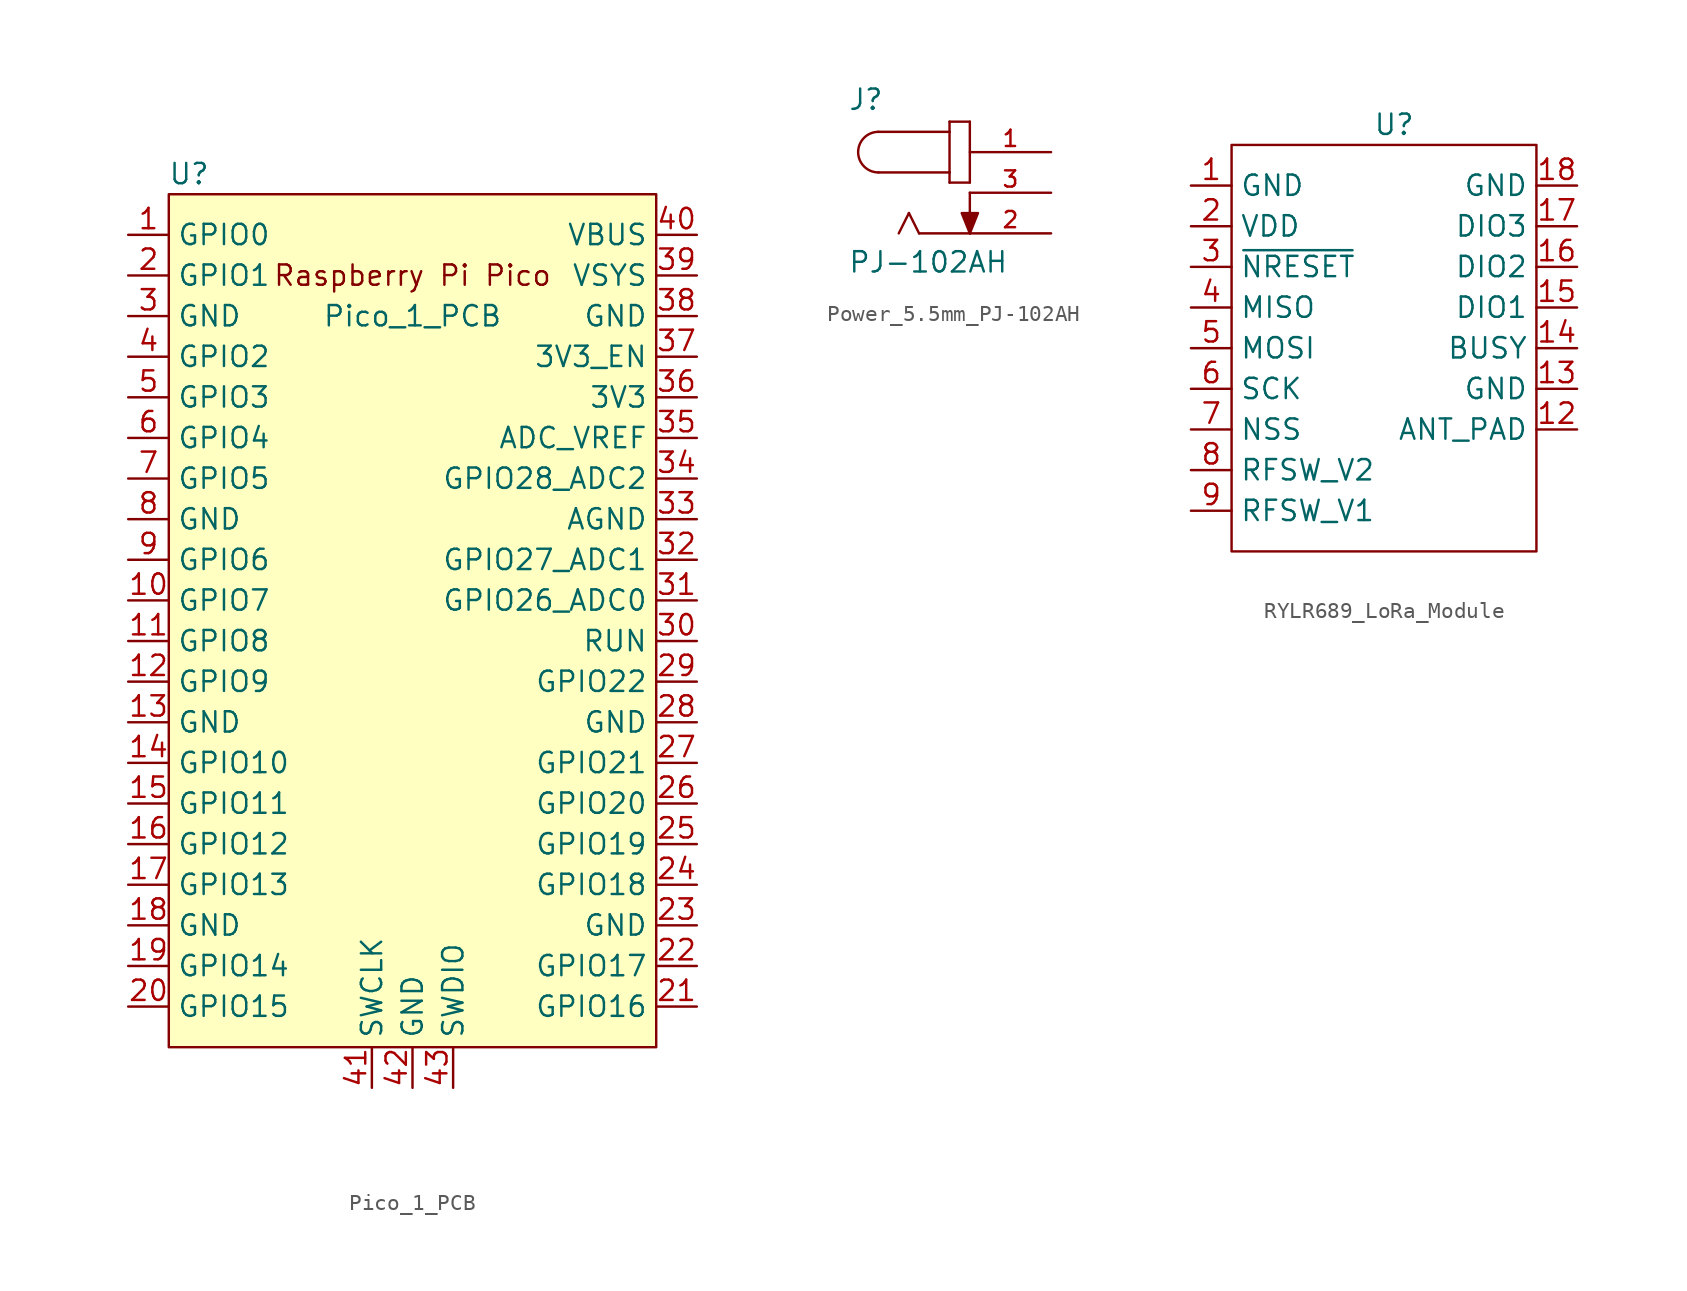
<source format=kicad_sym>
(kicad_symbol_lib
  (version 20241209)
  (generator "kicad_symbol_editor")
  (generator_version "9.0")
  (symbol "Pico_1_PCB"
    (property "Reference" "U"
      (at -13.97 27.94 0)
      (effects (font (size 1.27 1.27))))
    (property "Value" "Pico_1_PCB"
      (at 0 19.05 0)
      (effects (font (size 1.27 1.27))))
    (symbol "Pico_1_PCB_0_0"
      (text "Raspberry Pi Pico" (at 0 21.59 0) (effects (font (size 1.27 1.27)))))
    (symbol "Pico_1_PCB_0_1"
      (rectangle (start -15.24 26.67) (end 15.24 -26.67) (stroke (width 0) (type default)) (fill (type background))))
    (symbol "Pico_1_PCB_1_1"
      (pin bidirectional line (at -17.78 24.13 0) (length 2.54) (name "GPIO0" (effects (font (size 1.27 1.27)))) (number "1" (effects (font (size 1.27 1.27)))))
      (pin bidirectional line (at -17.78 21.59 0) (length 2.54) (name "GPIO1" (effects (font (size 1.27 1.27)))) (number "2" (effects (font (size 1.27 1.27)))))
      (pin power_in line (at -17.78 19.05 0) (length 2.54) (name "GND" (effects (font (size 1.27 1.27)))) (number "3" (effects (font (size 1.27 1.27)))))
      (pin bidirectional line (at -17.78 16.51 0) (length 2.54) (name "GPIO2" (effects (font (size 1.27 1.27)))) (number "4" (effects (font (size 1.27 1.27)))))
      (pin bidirectional line (at -17.78 13.97 0) (length 2.54) (name "GPIO3" (effects (font (size 1.27 1.27)))) (number "5" (effects (font (size 1.27 1.27)))))
      (pin bidirectional line (at -17.78 11.43 0) (length 2.54) (name "GPIO4" (effects (font (size 1.27 1.27)))) (number "6" (effects (font (size 1.27 1.27)))))
      (pin bidirectional line (at -17.78 8.89 0) (length 2.54) (name "GPIO5" (effects (font (size 1.27 1.27)))) (number "7" (effects (font (size 1.27 1.27)))))
      (pin power_in line (at -17.78 6.35 0) (length 2.54) (name "GND" (effects (font (size 1.27 1.27)))) (number "8" (effects (font (size 1.27 1.27)))))
      (pin bidirectional line (at -17.78 3.81 0) (length 2.54) (name "GPIO6" (effects (font (size 1.27 1.27)))) (number "9" (effects (font (size 1.27 1.27)))))
      (pin bidirectional line (at -17.78 1.27 0) (length 2.54) (name "GPIO7" (effects (font (size 1.27 1.27)))) (number "10" (effects (font (size 1.27 1.27)))))
      (pin bidirectional line (at -17.78 -1.27 0) (length 2.54) (name "GPIO8" (effects (font (size 1.27 1.27)))) (number "11" (effects (font (size 1.27 1.27)))))
      (pin bidirectional line (at -17.78 -3.81 0) (length 2.54) (name "GPIO9" (effects (font (size 1.27 1.27)))) (number "12" (effects (font (size 1.27 1.27)))))
      (pin power_in line (at -17.78 -6.35 0) (length 2.54) (name "GND" (effects (font (size 1.27 1.27)))) (number "13" (effects (font (size 1.27 1.27)))))
      (pin bidirectional line (at -17.78 -8.89 0) (length 2.54) (name "GPIO10" (effects (font (size 1.27 1.27)))) (number "14" (effects (font (size 1.27 1.27)))))
      (pin bidirectional line (at -17.78 -11.43 0) (length 2.54) (name "GPIO11" (effects (font (size 1.27 1.27)))) (number "15" (effects (font (size 1.27 1.27)))))
      (pin bidirectional line (at -17.78 -13.97 0) (length 2.54) (name "GPIO12" (effects (font (size 1.27 1.27)))) (number "16" (effects (font (size 1.27 1.27)))))
      (pin bidirectional line (at -17.78 -16.51 0) (length 2.54) (name "GPIO13" (effects (font (size 1.27 1.27)))) (number "17" (effects (font (size 1.27 1.27)))))
      (pin power_in line (at -17.78 -19.05 0) (length 2.54) (name "GND" (effects (font (size 1.27 1.27)))) (number "18" (effects (font (size 1.27 1.27)))))
      (pin bidirectional line (at -17.78 -21.59 0) (length 2.54) (name "GPIO14" (effects (font (size 1.27 1.27)))) (number "19" (effects (font (size 1.27 1.27)))))
      (pin bidirectional line (at -17.78 -24.13 0) (length 2.54) (name "GPIO15" (effects (font (size 1.27 1.27)))) (number "20" (effects (font (size 1.27 1.27)))))
      (pin input line (at -2.54 -29.21 90) (length 2.54) (name "SWCLK" (effects (font (size 1.27 1.27)))) (number "41" (effects (font (size 1.27 1.27)))))
      (pin power_in line (at 0 -29.21 90) (length 2.54) (name "GND" (effects (font (size 1.27 1.27)))) (number "42" (effects (font (size 1.27 1.27)))))
      (pin bidirectional line (at 2.54 -29.21 90) (length 2.54) (name "SWDIO" (effects (font (size 1.27 1.27)))) (number "43" (effects (font (size 1.27 1.27)))))
      (pin power_in line (at 17.78 24.13 180) (length 2.54) (name "VBUS" (effects (font (size 1.27 1.27)))) (number "40" (effects (font (size 1.27 1.27)))))
      (pin power_in line (at 17.78 21.59 180) (length 2.54) (name "VSYS" (effects (font (size 1.27 1.27)))) (number "39" (effects (font (size 1.27 1.27)))))
      (pin power_in line (at 17.78 19.05 180) (length 2.54) (name "GND" (effects (font (size 1.27 1.27)))) (number "38" (effects (font (size 1.27 1.27)))))
      (pin input line (at 17.78 16.51 180) (length 2.54) (name "3V3_EN" (effects (font (size 1.27 1.27)))) (number "37" (effects (font (size 1.27 1.27)))))
      (pin power_in line (at 17.78 13.97 180) (length 2.54) (name "3V3" (effects (font (size 1.27 1.27)))) (number "36" (effects (font (size 1.27 1.27)))))
      (pin power_in line (at 17.78 11.43 180) (length 2.54) (name "ADC_VREF" (effects (font (size 1.27 1.27)))) (number "35" (effects (font (size 1.27 1.27)))))
      (pin bidirectional line (at 17.78 8.89 180) (length 2.54) (name "GPIO28_ADC2" (effects (font (size 1.27 1.27)))) (number "34" (effects (font (size 1.27 1.27)))))
      (pin power_in line (at 17.78 6.35 180) (length 2.54) (name "AGND" (effects (font (size 1.27 1.27)))) (number "33" (effects (font (size 1.27 1.27)))))
      (pin bidirectional line (at 17.78 3.81 180) (length 2.54) (name "GPIO27_ADC1" (effects (font (size 1.27 1.27)))) (number "32" (effects (font (size 1.27 1.27)))))
      (pin bidirectional line (at 17.78 1.27 180) (length 2.54) (name "GPIO26_ADC0" (effects (font (size 1.27 1.27)))) (number "31" (effects (font (size 1.27 1.27)))))
      (pin input line (at 17.78 -1.27 180) (length 2.54) (name "RUN" (effects (font (size 1.27 1.27)))) (number "30" (effects (font (size 1.27 1.27)))))
      (pin bidirectional line (at 17.78 -3.81 180) (length 2.54) (name "GPIO22" (effects (font (size 1.27 1.27)))) (number "29" (effects (font (size 1.27 1.27)))))
      (pin power_in line (at 17.78 -6.35 180) (length 2.54) (name "GND" (effects (font (size 1.27 1.27)))) (number "28" (effects (font (size 1.27 1.27)))))
      (pin bidirectional line (at 17.78 -8.89 180) (length 2.54) (name "GPIO21" (effects (font (size 1.27 1.27)))) (number "27" (effects (font (size 1.27 1.27)))))
      (pin bidirectional line (at 17.78 -11.43 180) (length 2.54) (name "GPIO20" (effects (font (size 1.27 1.27)))) (number "26" (effects (font (size 1.27 1.27)))))
      (pin bidirectional line (at 17.78 -13.97 180) (length 2.54) (name "GPIO19" (effects (font (size 1.27 1.27)))) (number "25" (effects (font (size 1.27 1.27)))))
      (pin bidirectional line (at 17.78 -16.51 180) (length 2.54) (name "GPIO18" (effects (font (size 1.27 1.27)))) (number "24" (effects (font (size 1.27 1.27)))))
      (pin power_in line (at 17.78 -19.05 180) (length 2.54) (name "GND" (effects (font (size 1.27 1.27)))) (number "23" (effects (font (size 1.27 1.27)))))
      (pin bidirectional line (at 17.78 -21.59 180) (length 2.54) (name "GPIO17" (effects (font (size 1.27 1.27)))) (number "22" (effects (font (size 1.27 1.27)))))
      (pin bidirectional line (at 17.78 -24.13 180) (length 2.54) (name "GPIO16" (effects (font (size 1.27 1.27)))) (number "21" (effects (font (size 1.27 1.27)))))))
  (symbol "Power_5.5mm_PJ-102AH"
    (pin_names
      (offset 1.016))
    (property "Reference" "J"
      (at -7.626 5.084 0)
      (effects (font (size 1.27 1.27)) (justify left bottom)))
    (property "Value" "PJ-102AH"
      (at -7.63 -5.086 0)
      (effects (font (size 1.27 1.27)) (justify left bottom)))
    (symbol "Power_5.5mm_PJ-102AH_0_0"
      (polyline (pts (xy -5.715 3.81) (xy -1.27 3.81)) (stroke (width 0.152) (type default)) (fill (type none)))
      (arc (start -5.715 1.27) (mid -6.9794 2.54) (end -5.715 3.81) (stroke (width 0.1524) (type default)) (fill (type none)))
      (polyline (pts (xy -3.81 -1.27) (xy -4.445 -2.54)) (stroke (width 0.152) (type default)) (fill (type none)))
      (polyline (pts (xy -3.175 -2.54) (xy -3.81 -1.27)) (stroke (width 0.152) (type default)) (fill (type none)))
      (polyline (pts (xy -1.27 4.445) (xy -1.27 3.81)) (stroke (width 0.152) (type default)) (fill (type none)))
      (polyline (pts (xy -1.27 3.81) (xy -1.27 1.27)) (stroke (width 0.152) (type default)) (fill (type none)))
      (polyline (pts (xy -1.27 1.27) (xy -5.715 1.27)) (stroke (width 0.152) (type default)) (fill (type none)))
      (polyline (pts (xy -1.27 1.27) (xy -1.27 0.635)) (stroke (width 0.152) (type default)) (fill (type none)))
      (polyline (pts (xy -1.27 0.635) (xy 0 0.635)) (stroke (width 0.152) (type default)) (fill (type none)))
      (polyline (pts (xy 0 4.445) (xy -1.27 4.445)) (stroke (width 0.152) (type default)) (fill (type none)))
      (polyline (pts (xy 0 0.635) (xy 0 4.445)) (stroke (width 0.152) (type default)) (fill (type none)))
      (polyline (pts (xy 0 0) (xy 0 -2.54)) (stroke (width 0.152) (type default)) (fill (type none)))
      (polyline (pts (xy 0 -2.54) (xy -3.175 -2.54)) (stroke (width 0.152) (type default)) (fill (type none)))
      (polyline (pts (xy 0 -2.54) (xy -0.508 -1.27) (xy 0.508 -1.27) (xy 0 -2.54)) (stroke (width 0.152) (type default)) (fill (type outline)))
      (pin passive line (at 5.08 2.54 180) (length 5.08) (name "~" (effects (font (size 1.016 1.016)))) (number "1" (effects (font (size 1.016 1.016)))))
      (pin passive line (at 5.08 0 180) (length 5.08) (name "~" (effects (font (size 1.016 1.016)))) (number "3" (effects (font (size 1.016 1.016)))))
      (pin passive line (at 5.08 -2.54 180) (length 5.08) (name "~" (effects (font (size 1.016 1.016)))) (number "2" (effects (font (size 1.016 1.016)))))))
  (symbol "RYLR689_LoRa_Module"
    (property "Reference" "U"
      (at 0 7.62 0)
      (effects (font (size 1.27 1.27))))
    (property "Value" ""
      (at 0 0 0)
      (effects (font (size 1.27 1.27))))
    (symbol "RYLR689_LoRa_Module_0_1"
      (rectangle (start -10.16 6.35) (end 8.89 -19.05) (stroke (width 0) (type default)) (fill (type none))))
    (symbol "RYLR689_LoRa_Module_1_1"
      (pin input line (at -12.7 3.81 0) (length 2.54) (name "GND" (effects (font (size 1.27 1.27)))) (number "1" (effects (font (size 1.27 1.27)))))
      (pin power_in line (at -12.7 1.27 0) (length 2.54) (name "VDD" (effects (font (size 1.27 1.27)))) (number "2" (effects (font (size 1.27 1.27)))))
      (pin input line (at -12.7 -1.27 0) (length 2.54) (name "~{NRESET}" (effects (font (size 1.27 1.27)))) (number "3" (effects (font (size 1.27 1.27)))))
      (pin output line (at -12.7 -3.81 0) (length 2.54) (name "MISO" (effects (font (size 1.27 1.27)))) (number "4" (effects (font (size 1.27 1.27)))))
      (pin input line (at -12.7 -6.35 0) (length 2.54) (name "MOSI" (effects (font (size 1.27 1.27)))) (number "5" (effects (font (size 1.27 1.27)))))
      (pin input line (at -12.7 -8.89 0) (length 2.54) (name "SCK" (effects (font (size 1.27 1.27)))) (number "6" (effects (font (size 1.27 1.27)))))
      (pin input line (at -12.7 -11.43 0) (length 2.54) (name "NSS" (effects (font (size 1.27 1.27)))) (number "7" (effects (font (size 1.27 1.27)))))
      (pin input line (at -12.7 -13.97 0) (length 2.54) (name "RFSW_V2" (effects (font (size 1.27 1.27)))) (number "8" (effects (font (size 1.27 1.27)))))
      (pin input line (at -12.7 -16.51 0) (length 2.54) (name "RFSW_V1" (effects (font (size 1.27 1.27)))) (number "9" (effects (font (size 1.27 1.27)))))
      (pin passive line (at 11.43 3.81 180) (length 2.54) (name "GND" (effects (font (size 1.27 1.27)))) (number "18" (effects (font (size 1.27 1.27)))))
      (pin output line (at 11.43 1.27 180) (length 2.54) (name "DIO3" (effects (font (size 1.27 1.27)))) (number "17" (effects (font (size 1.27 1.27)))))
      (pin output line (at 11.43 -1.27 180) (length 2.54) (name "DIO2" (effects (font (size 1.27 1.27)))) (number "16" (effects (font (size 1.27 1.27)))))
      (pin output line (at 11.43 -3.81 180) (length 2.54) (name "DIO1" (effects (font (size 1.27 1.27)))) (number "15" (effects (font (size 1.27 1.27)))))
      (pin output line (at 11.43 -6.35 180) (length 2.54) (name "BUSY" (effects (font (size 1.27 1.27)))) (number "14" (effects (font (size 1.27 1.27)))))
      (pin passive line (at 11.43 -8.89 180) (length 2.54) (name "GND" (effects (font (size 1.27 1.27)))) (number "13" (effects (font (size 1.27 1.27)))))
      (pin output line (at 11.43 -11.43 180) (length 2.54) (name "ANT_PAD" (effects (font (size 1.27 1.27)))) (number "12" (effects (font (size 1.27 1.27))))))))
</source>
